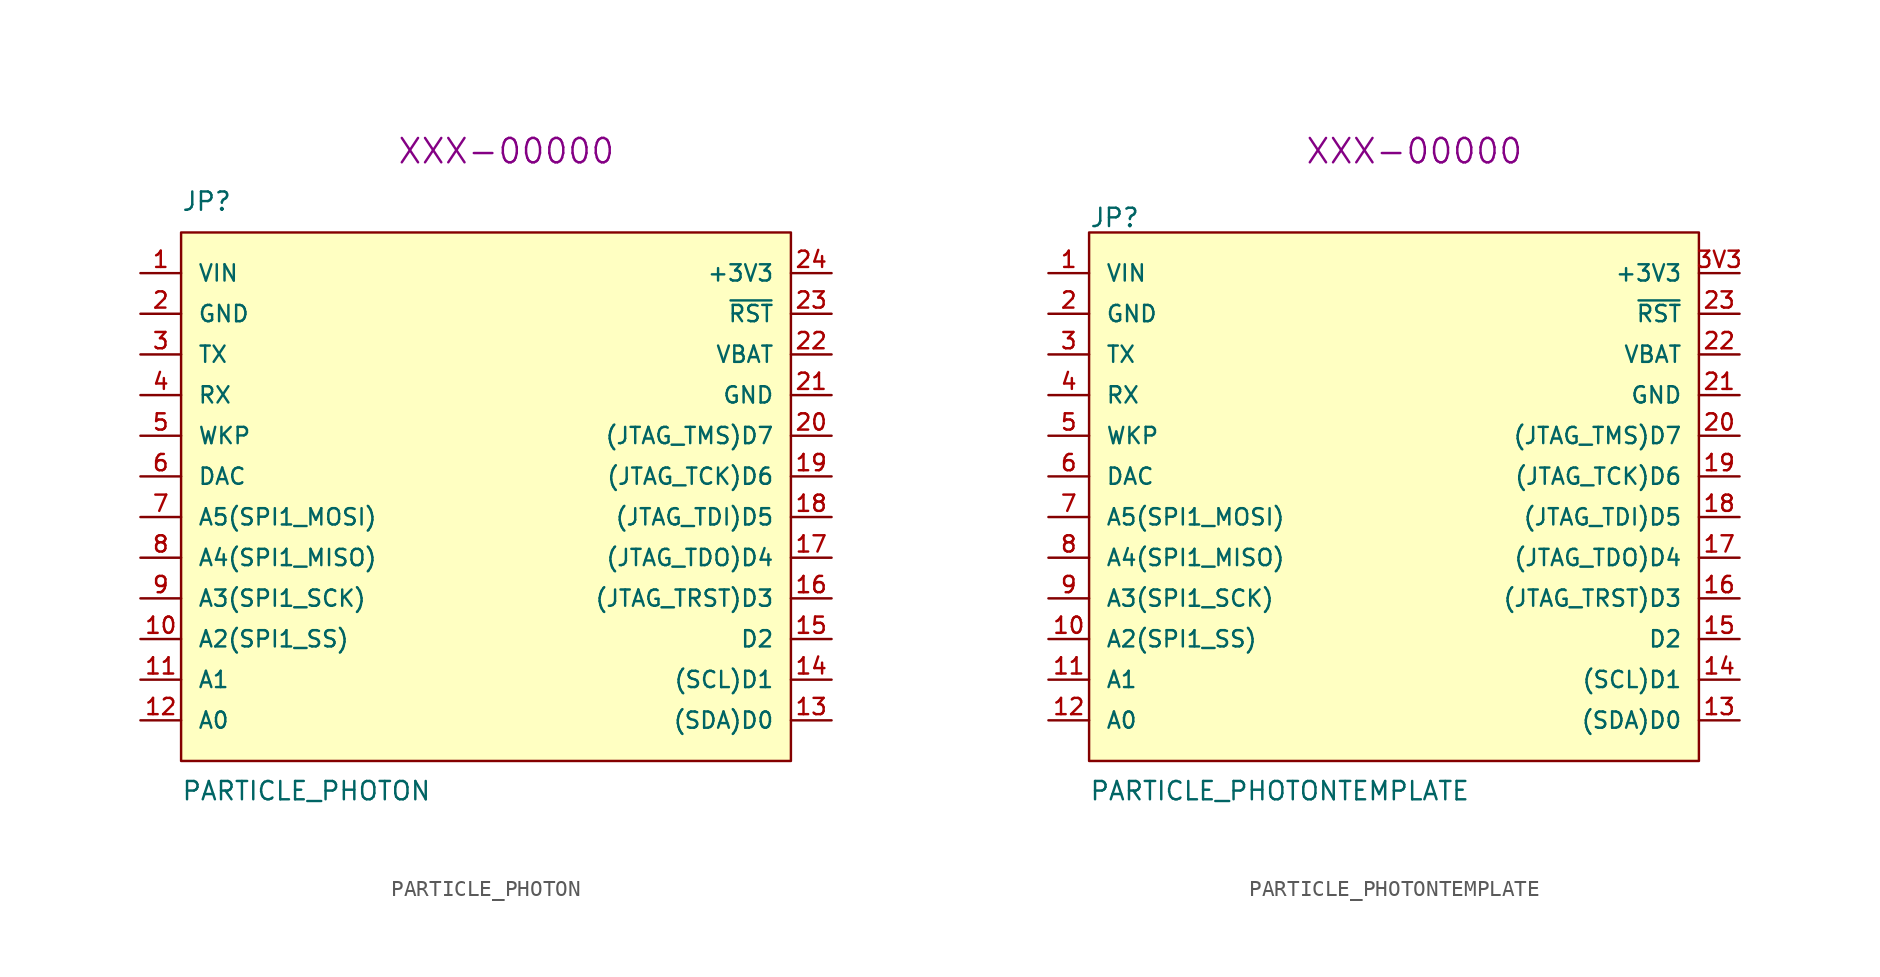
<source format=kicad_sym>
(kicad_symbol_lib
  (version 20211014)
  (generator kicad_symbol_editor)
  (symbol "PARTICLE_PHOTON"
    (pin_names
      (offset 1.016))
    (property "Reference" "JP"
      (at -20.32 19.05 0)
      (effects (font (size 1.143 1.143)) (justify left bottom)))
    (property "Value" "PARTICLE_PHOTON"
      (at -20.32 -17.78 0)
      (effects (font (size 1.143 1.143)) (justify left bottom)))
    (property "Field4" "XXX-00000"
      (at 0 22.86 0)
      (effects (font (size 1.524 1.524))))
    (property "ki_locked" ""
      (at 0 0 0)
      (effects (font (size 1.27 1.27))))
    (symbol "PARTICLE_PHOTON_1_1"
      (polyline (pts (xy -20.32 17.78) (xy -20.32 -15.24) (xy 17.78 -15.24) (xy 17.78 17.78) (xy -20.32 17.78)) (stroke (width 0) (type default) (color 0 0 0 0)) (fill (type background)))
      (pin power_in line (at -22.86 15.24 0) (length 2.54) (name "VIN" (effects (font (size 1.016 1.016)))) (number "1" (effects (font (size 1.016 1.016)))))
      (pin bidirectional line (at -22.86 -7.62 0) (length 2.54) (name "A2(SPI1_SS)" (effects (font (size 1.016 1.016)))) (number "10" (effects (font (size 1.016 1.016)))))
      (pin bidirectional line (at -22.86 -10.16 0) (length 2.54) (name "A1" (effects (font (size 1.016 1.016)))) (number "11" (effects (font (size 1.016 1.016)))))
      (pin bidirectional line (at -22.86 -12.7 0) (length 2.54) (name "A0" (effects (font (size 1.016 1.016)))) (number "12" (effects (font (size 1.016 1.016)))))
      (pin bidirectional line (at 20.32 -12.7 180) (length 2.54) (name "(SDA)D0" (effects (font (size 1.016 1.016)))) (number "13" (effects (font (size 1.016 1.016)))))
      (pin bidirectional line (at 20.32 -10.16 180) (length 2.54) (name "(SCL)D1" (effects (font (size 1.016 1.016)))) (number "14" (effects (font (size 1.016 1.016)))))
      (pin bidirectional line (at 20.32 -7.62 180) (length 2.54) (name "D2" (effects (font (size 1.016 1.016)))) (number "15" (effects (font (size 1.016 1.016)))))
      (pin bidirectional line (at 20.32 -5.08 180) (length 2.54) (name "(JTAG_TRST)D3" (effects (font (size 1.016 1.016)))) (number "16" (effects (font (size 1.016 1.016)))))
      (pin bidirectional line (at 20.32 -2.54 180) (length 2.54) (name "(JTAG_TDO)D4" (effects (font (size 1.016 1.016)))) (number "17" (effects (font (size 1.016 1.016)))))
      (pin bidirectional line (at 20.32 0 180) (length 2.54) (name "(JTAG_TDI)D5" (effects (font (size 1.016 1.016)))) (number "18" (effects (font (size 1.016 1.016)))))
      (pin bidirectional line (at 20.32 2.54 180) (length 2.54) (name "(JTAG_TCK)D6" (effects (font (size 1.016 1.016)))) (number "19" (effects (font (size 1.016 1.016)))))
      (pin power_in line (at -22.86 12.7 0) (length 2.54) (name "GND" (effects (font (size 1.016 1.016)))) (number "2" (effects (font (size 1.016 1.016)))))
      (pin bidirectional line (at 20.32 5.08 180) (length 2.54) (name "(JTAG_TMS)D7" (effects (font (size 1.016 1.016)))) (number "20" (effects (font (size 1.016 1.016)))))
      (pin power_in line (at 20.32 7.62 180) (length 2.54) (name "GND" (effects (font (size 1.016 1.016)))) (number "21" (effects (font (size 1.016 1.016)))))
      (pin power_in line (at 20.32 10.16 180) (length 2.54) (name "VBAT" (effects (font (size 1.016 1.016)))) (number "22" (effects (font (size 1.016 1.016)))))
      (pin bidirectional line (at 20.32 12.7 180) (length 2.54) (name "~{RST}" (effects (font (size 1.016 1.016)))) (number "23" (effects (font (size 1.016 1.016)))))
      (pin power_in line (at 20.32 15.24 180) (length 2.54) (name "+3V3" (effects (font (size 1.016 1.016)))) (number "24" (effects (font (size 1.016 1.016)))))
      (pin bidirectional line (at -22.86 10.16 0) (length 2.54) (name "TX" (effects (font (size 1.016 1.016)))) (number "3" (effects (font (size 1.016 1.016)))))
      (pin bidirectional line (at -22.86 7.62 0) (length 2.54) (name "RX" (effects (font (size 1.016 1.016)))) (number "4" (effects (font (size 1.016 1.016)))))
      (pin bidirectional line (at -22.86 5.08 0) (length 2.54) (name "WKP" (effects (font (size 1.016 1.016)))) (number "5" (effects (font (size 1.016 1.016)))))
      (pin bidirectional line (at -22.86 2.54 0) (length 2.54) (name "DAC" (effects (font (size 1.016 1.016)))) (number "6" (effects (font (size 1.016 1.016)))))
      (pin bidirectional line (at -22.86 0 0) (length 2.54) (name "A5(SPI1_MOSI)" (effects (font (size 1.016 1.016)))) (number "7" (effects (font (size 1.016 1.016)))))
      (pin bidirectional line (at -22.86 -2.54 0) (length 2.54) (name "A4(SPI1_MISO)" (effects (font (size 1.016 1.016)))) (number "8" (effects (font (size 1.016 1.016)))))
      (pin bidirectional line (at -22.86 -5.08 0) (length 2.54) (name "A3(SPI1_SCK)" (effects (font (size 1.016 1.016)))) (number "9" (effects (font (size 1.016 1.016)))))))
  (symbol "PARTICLE_PHOTONTEMPLATE"
    (pin_names
      (offset 1.016))
    (property "Reference" "JP"
      (at -20.32 18.034 0)
      (effects (font (size 1.143 1.143)) (justify left bottom)))
    (property "Value" "PARTICLE_PHOTONTEMPLATE"
      (at -20.32 -17.78 0)
      (effects (font (size 1.143 1.143)) (justify left bottom)))
    (property "Field4" "XXX-00000"
      (at 0 22.86 0)
      (effects (font (size 1.524 1.524))))
    (property "ki_locked" ""
      (at 0 0 0)
      (effects (font (size 1.27 1.27))))
    (symbol "PARTICLE_PHOTONTEMPLATE_1_1"
      (polyline (pts (xy -20.32 17.78) (xy -20.32 -15.24) (xy 17.78 -15.24) (xy 17.78 17.78) (xy -20.32 17.78)) (stroke (width 0) (type default) (color 0 0 0 0)) (fill (type background)))
      (pin power_in line (at -22.86 15.24 0) (length 2.54) (name "VIN" (effects (font (size 1.016 1.016)))) (number "1" (effects (font (size 1.016 1.016)))))
      (pin bidirectional line (at -22.86 -7.62 0) (length 2.54) (name "A2(SPI1_SS)" (effects (font (size 1.016 1.016)))) (number "10" (effects (font (size 1.016 1.016)))))
      (pin bidirectional line (at -22.86 -10.16 0) (length 2.54) (name "A1" (effects (font (size 1.016 1.016)))) (number "11" (effects (font (size 1.016 1.016)))))
      (pin bidirectional line (at -22.86 -12.7 0) (length 2.54) (name "A0" (effects (font (size 1.016 1.016)))) (number "12" (effects (font (size 1.016 1.016)))))
      (pin bidirectional line (at 20.32 -12.7 180) (length 2.54) (name "(SDA)D0" (effects (font (size 1.016 1.016)))) (number "13" (effects (font (size 1.016 1.016)))))
      (pin bidirectional line (at 20.32 -10.16 180) (length 2.54) (name "(SCL)D1" (effects (font (size 1.016 1.016)))) (number "14" (effects (font (size 1.016 1.016)))))
      (pin bidirectional line (at 20.32 -7.62 180) (length 2.54) (name "D2" (effects (font (size 1.016 1.016)))) (number "15" (effects (font (size 1.016 1.016)))))
      (pin bidirectional line (at 20.32 -5.08 180) (length 2.54) (name "(JTAG_TRST)D3" (effects (font (size 1.016 1.016)))) (number "16" (effects (font (size 1.016 1.016)))))
      (pin bidirectional line (at 20.32 -2.54 180) (length 2.54) (name "(JTAG_TDO)D4" (effects (font (size 1.016 1.016)))) (number "17" (effects (font (size 1.016 1.016)))))
      (pin bidirectional line (at 20.32 0 180) (length 2.54) (name "(JTAG_TDI)D5" (effects (font (size 1.016 1.016)))) (number "18" (effects (font (size 1.016 1.016)))))
      (pin bidirectional line (at 20.32 2.54 180) (length 2.54) (name "(JTAG_TCK)D6" (effects (font (size 1.016 1.016)))) (number "19" (effects (font (size 1.016 1.016)))))
      (pin power_in line (at -22.86 12.7 0) (length 2.54) (name "GND" (effects (font (size 1.016 1.016)))) (number "2" (effects (font (size 1.016 1.016)))))
      (pin bidirectional line (at 20.32 5.08 180) (length 2.54) (name "(JTAG_TMS)D7" (effects (font (size 1.016 1.016)))) (number "20" (effects (font (size 1.016 1.016)))))
      (pin power_in line (at 20.32 7.62 180) (length 2.54) (name "GND" (effects (font (size 1.016 1.016)))) (number "21" (effects (font (size 1.016 1.016)))))
      (pin power_in line (at 20.32 10.16 180) (length 2.54) (name "VBAT" (effects (font (size 1.016 1.016)))) (number "22" (effects (font (size 1.016 1.016)))))
      (pin bidirectional line (at 20.32 12.7 180) (length 2.54) (name "~{RST}" (effects (font (size 1.016 1.016)))) (number "23" (effects (font (size 1.016 1.016)))))
      (pin power_in line (at 20.32 15.24 180) (length 2.54) hide (name "+3V3" (effects (font (size 1.016 1.016)))) (number "24" (effects (font (size 1.016 1.016)))))
      (pin bidirectional line (at -22.86 10.16 0) (length 2.54) (name "TX" (effects (font (size 1.016 1.016)))) (number "3" (effects (font (size 1.016 1.016)))))
      (pin power_in line (at 20.32 15.24 180) (length 2.54) (name "+3V3" (effects (font (size 1.016 1.016)))) (number "3V3" (effects (font (size 1.016 1.016)))))
      (pin bidirectional line (at -22.86 7.62 0) (length 2.54) (name "RX" (effects (font (size 1.016 1.016)))) (number "4" (effects (font (size 1.016 1.016)))))
      (pin bidirectional line (at -22.86 5.08 0) (length 2.54) (name "WKP" (effects (font (size 1.016 1.016)))) (number "5" (effects (font (size 1.016 1.016)))))
      (pin bidirectional line (at -22.86 2.54 0) (length 2.54) (name "DAC" (effects (font (size 1.016 1.016)))) (number "6" (effects (font (size 1.016 1.016)))))
      (pin bidirectional line (at -22.86 0 0) (length 2.54) (name "A5(SPI1_MOSI)" (effects (font (size 1.016 1.016)))) (number "7" (effects (font (size 1.016 1.016)))))
      (pin bidirectional line (at -22.86 -2.54 0) (length 2.54) (name "A4(SPI1_MISO)" (effects (font (size 1.016 1.016)))) (number "8" (effects (font (size 1.016 1.016)))))
      (pin bidirectional line (at -22.86 -5.08 0) (length 2.54) (name "A3(SPI1_SCK)" (effects (font (size 1.016 1.016)))) (number "9" (effects (font (size 1.016 1.016)))))
      (pin bidirectional line (at -22.86 -12.7 0) (length 2.54) hide (name "A0" (effects (font (size 1.016 1.016)))) (number "A0" (effects (font (size 1.016 1.016)))))
      (pin bidirectional line (at -22.86 -10.16 0) (length 2.54) hide (name "A1" (effects (font (size 1.016 1.016)))) (number "A1" (effects (font (size 1.016 1.016)))))
      (pin bidirectional line (at -22.86 -7.62 0) (length 2.54) hide (name "A2(SPI1_SS)" (effects (font (size 1.016 1.016)))) (number "A2" (effects (font (size 1.016 1.016)))))
      (pin bidirectional line (at -22.86 -5.08 0) (length 2.54) hide (name "A3(SPI1_SCK)" (effects (font (size 1.016 1.016)))) (number "A3" (effects (font (size 1.016 1.016)))))
      (pin bidirectional line (at -22.86 -2.54 0) (length 2.54) hide (name "A4(SPI1_MISO)" (effects (font (size 1.016 1.016)))) (number "A4" (effects (font (size 1.016 1.016)))))
      (pin bidirectional line (at -22.86 0 0) (length 2.54) hide (name "A5(SPI1_MOSI)" (effects (font (size 1.016 1.016)))) (number "A5" (effects (font (size 1.016 1.016)))))
      (pin bidirectional line (at 20.32 -12.7 180) (length 2.54) hide (name "(SDA)D0" (effects (font (size 1.016 1.016)))) (number "D0" (effects (font (size 1.016 1.016)))))
      (pin bidirectional line (at 20.32 -10.16 180) (length 2.54) hide (name "(SCL)D1" (effects (font (size 1.016 1.016)))) (number "D1" (effects (font (size 1.016 1.016)))))
      (pin bidirectional line (at 20.32 -7.62 180) (length 2.54) hide (name "D2" (effects (font (size 1.016 1.016)))) (number "D2" (effects (font (size 1.016 1.016)))))
      (pin bidirectional line (at 20.32 -5.08 180) (length 2.54) hide (name "(JTAG_TRST)D3" (effects (font (size 1.016 1.016)))) (number "D3" (effects (font (size 1.016 1.016)))))
      (pin bidirectional line (at 20.32 -2.54 180) (length 2.54) hide (name "(JTAG_TDO)D4" (effects (font (size 1.016 1.016)))) (number "D4" (effects (font (size 1.016 1.016)))))
      (pin bidirectional line (at 20.32 0 180) (length 2.54) hide (name "(JTAG_TDI)D5" (effects (font (size 1.016 1.016)))) (number "D5" (effects (font (size 1.016 1.016)))))
      (pin bidirectional line (at 20.32 2.54 180) (length 2.54) hide (name "(JTAG_TCK)D6" (effects (font (size 1.016 1.016)))) (number "D6" (effects (font (size 1.016 1.016)))))
      (pin bidirectional line (at 20.32 5.08 180) (length 2.54) hide (name "(JTAG_TMS)D7" (effects (font (size 1.016 1.016)))) (number "D7" (effects (font (size 1.016 1.016)))))
      (pin bidirectional line (at -22.86 2.54 0) (length 2.54) hide (name "DAC" (effects (font (size 1.016 1.016)))) (number "DAC" (effects (font (size 1.016 1.016)))))
      (pin power_in line (at -22.86 12.7 0) (length 2.54) hide (name "GND" (effects (font (size 1.016 1.016)))) (number "GND@" (effects (font (size 1.016 1.016)))))
      (pin power_in line (at 20.32 7.62 180) (length 2.54) hide (name "GND" (effects (font (size 1.016 1.016)))) (number "GND@" (effects (font (size 1.016 1.016)))))
      (pin bidirectional line (at 20.32 12.7 180) (length 2.54) hide (name "~{RST}" (effects (font (size 1.016 1.016)))) (number "RST" (effects (font (size 1.016 1.016)))))
      (pin bidirectional line (at -22.86 7.62 0) (length 2.54) hide (name "RX" (effects (font (size 1.016 1.016)))) (number "RX" (effects (font (size 1.016 1.016)))))
      (pin bidirectional line (at -22.86 10.16 0) (length 2.54) hide (name "TX" (effects (font (size 1.016 1.016)))) (number "TX" (effects (font (size 1.016 1.016)))))
      (pin power_in line (at 20.32 10.16 180) (length 2.54) hide (name "VBAT" (effects (font (size 1.016 1.016)))) (number "VBAT" (effects (font (size 1.016 1.016)))))
      (pin power_in line (at -22.86 15.24 0) (length 2.54) hide (name "VIN" (effects (font (size 1.016 1.016)))) (number "VIN" (effects (font (size 1.016 1.016)))))
      (pin bidirectional line (at -22.86 5.08 0) (length 2.54) hide (name "WKP" (effects (font (size 1.016 1.016)))) (number "WKP" (effects (font (size 1.016 1.016))))))))
</source>
